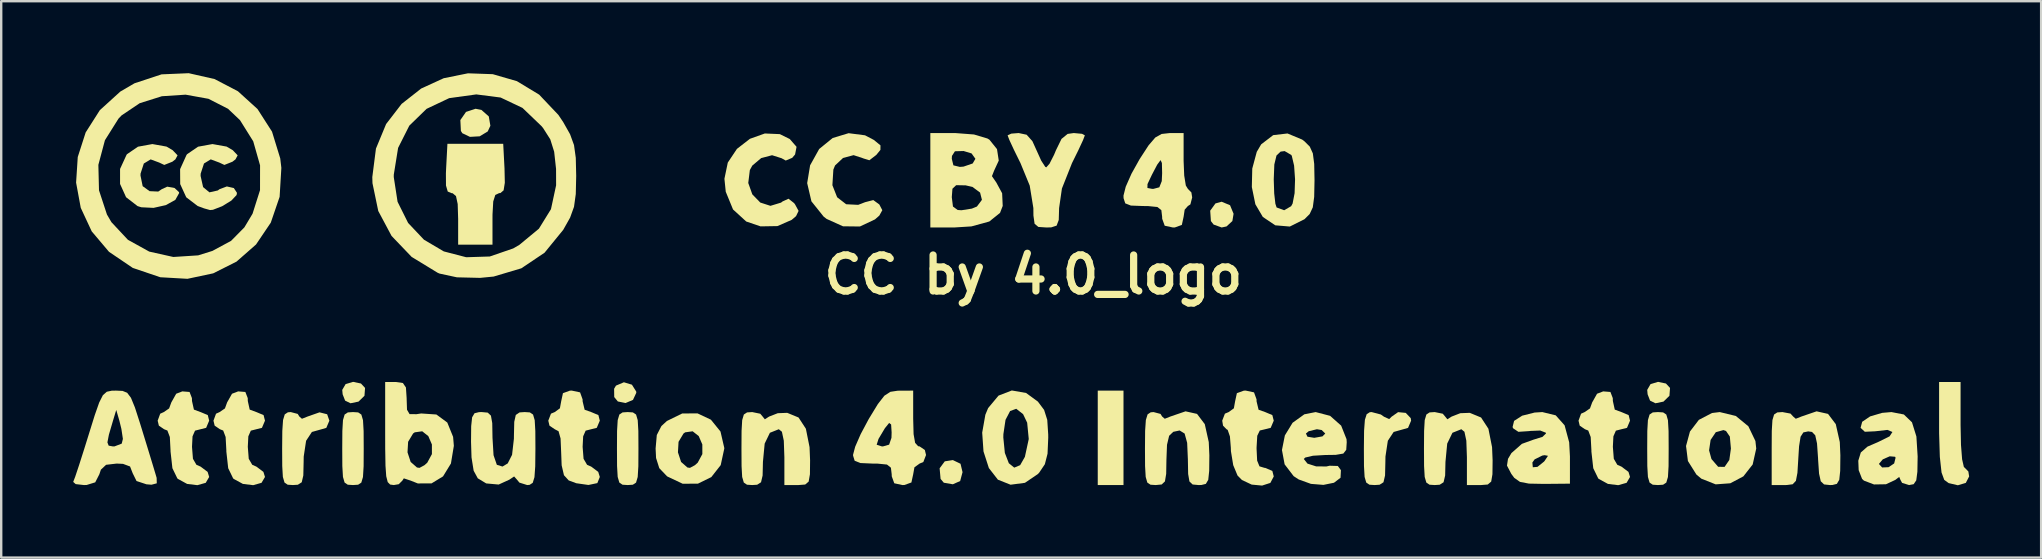
<source format=kicad_pcb>
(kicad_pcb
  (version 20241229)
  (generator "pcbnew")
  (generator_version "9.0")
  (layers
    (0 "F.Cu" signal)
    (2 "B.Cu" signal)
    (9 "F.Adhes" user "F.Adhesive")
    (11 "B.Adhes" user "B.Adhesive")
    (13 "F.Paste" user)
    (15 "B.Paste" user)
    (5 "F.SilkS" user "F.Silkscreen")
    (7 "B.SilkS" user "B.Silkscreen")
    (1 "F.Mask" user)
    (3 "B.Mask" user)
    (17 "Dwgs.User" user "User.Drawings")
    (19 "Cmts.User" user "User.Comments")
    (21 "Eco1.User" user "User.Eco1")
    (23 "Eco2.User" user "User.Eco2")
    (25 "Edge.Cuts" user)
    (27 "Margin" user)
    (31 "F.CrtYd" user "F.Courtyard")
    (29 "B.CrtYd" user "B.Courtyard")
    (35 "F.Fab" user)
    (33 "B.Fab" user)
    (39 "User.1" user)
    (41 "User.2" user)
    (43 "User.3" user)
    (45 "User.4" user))
  (footprint "CC by 4.0_logo"
    (layer "F.Cu")
    (at 40.01 8.397)
    (property "Reference" "CC by 4.0_logo" (at 0 0 0) (layer "F.SilkS") (effects (font (size 1.5 1.5) (thickness 0.3))))
    (attr board_only exclude_from_pos_files exclude_from_bom)
    (fp_poly (pts (xy 3.756 6.797) (xy 3.756 8.765) (xy 3.22 8.765) (xy 2.683 8.765) (xy 2.683 6.797) (xy 2.683 4.83) (xy 3.22 4.83) (xy 3.756 4.83)) (stroke (width 0) (type solid)) (fill yes) (layer "F.SilkS"))
    (fp_poly (pts (xy -3.035 7.878) (xy -2.951 8.228) (xy -3.05 8.597) (xy -3.355 8.733) (xy -3.732 8.668) (xy -3.866 8.509) (xy -3.906 8.066) (xy -3.691 7.777) (xy -3.355 7.724)) (stroke (width 0) (type solid)) (fill yes) (layer "F.SilkS"))
    (fp_poly (pts (xy -28.018 4.534) (xy -27.848 4.718) (xy -27.873 5.046) (xy -28.12 5.288) (xy -28.455 5.357) (xy -28.679 5.247) (xy -28.782 4.984) (xy -28.799 4.8) (xy -28.659 4.559) (xy -28.346 4.465)) (stroke (width 0) (type solid)) (fill yes) (layer "F.SilkS"))
    (fp_poly (pts (xy -16.728 4.583) (xy -16.549 4.868) (xy -16.546 4.921) (xy -16.684 5.217) (xy -16.993 5.347) (xy -17.315 5.282) (xy -17.465 5.098) (xy -17.47 4.753) (xy -17.393 4.622) (xy -17.062 4.482)) (stroke (width 0) (type solid)) (fill yes) (layer "F.SilkS"))
    (fp_poly (pts (xy 8.196 -2.895) (xy 8.343 -2.539) (xy 8.293 -2.236) (xy 8.049 -2.011) (xy 7.846 -1.968) (xy 7.51 -2.09) (xy 7.398 -2.236) (xy 7.369 -2.668) (xy 7.588 -2.97) (xy 7.846 -3.041)) (stroke (width 0) (type solid)) (fill yes) (layer "F.SilkS"))
    (fp_poly (pts (xy 26.36 4.534) (xy 26.53 4.718) (xy 26.505 5.046) (xy 26.257 5.288) (xy 25.923 5.357) (xy 25.698 5.247) (xy 25.596 4.984) (xy 25.579 4.8) (xy 25.718 4.559) (xy 26.031 4.465)) (stroke (width 0) (type solid)) (fill yes) (layer "F.SilkS"))
    (fp_poly (pts (xy -22.999 -6.867) (xy -22.692 -6.595) (xy -22.626 -6.207) (xy -22.736 -5.97) (xy -23.07 -5.767) (xy -23.478 -5.744) (xy -23.795 -5.896) (xy -23.855 -5.992) (xy -23.877 -6.444) (xy -23.641 -6.784) (xy -23.242 -6.915)) (stroke (width 0) (type solid)) (fill yes) (layer "F.SilkS"))
    (fp_poly (pts (xy 38.637 6.261) (xy 38.654 7.092) (xy 38.701 7.692) (xy 38.774 8.011) (xy 38.815 8.049) (xy 38.961 8.199) (xy 38.994 8.407) (xy 38.855 8.675) (xy 38.525 8.774) (xy 38.141 8.684) (xy 37.957 8.55) (xy 37.844 8.243) (xy 37.773 7.594) (xy 37.743 6.62) (xy 37.742 6.404) (xy 37.742 4.472) (xy 38.189 4.472) (xy 38.637 4.472)) (stroke (width 0) (type solid)) (fill yes) (layer "F.SilkS"))
    (fp_poly (pts (xy -28.135 5.738) (xy -28.003 5.827) (xy -27.934 6.062) (xy -27.908 6.514) (xy -27.904 7.244) (xy -27.908 7.981) (xy -27.935 8.43) (xy -28.004 8.663) (xy -28.137 8.751) (xy -28.351 8.765) (xy -28.568 8.751) (xy -28.7 8.662) (xy -28.769 8.427) (xy -28.795 7.975) (xy -28.799 7.244) (xy -28.794 6.508) (xy -28.768 6.059) (xy -28.699 5.826) (xy -28.566 5.738) (xy -28.351 5.724)) (stroke (width 0) (type solid)) (fill yes) (layer "F.SilkS"))
    (fp_poly (pts (xy -16.687 5.738) (xy -16.555 5.827) (xy -16.486 6.062) (xy -16.46 6.514) (xy -16.456 7.244) (xy -16.46 7.981) (xy -16.487 8.43) (xy -16.556 8.663) (xy -16.689 8.751) (xy -16.904 8.765) (xy -17.12 8.751) (xy -17.252 8.662) (xy -17.321 8.427) (xy -17.347 7.975) (xy -17.351 7.244) (xy -17.347 6.508) (xy -17.32 6.059) (xy -17.251 5.826) (xy -17.118 5.738) (xy -16.904 5.724)) (stroke (width 0) (type solid)) (fill yes) (layer "F.SilkS"))
    (fp_poly (pts (xy 26.243 5.738) (xy 26.375 5.827) (xy 26.443 6.062) (xy 26.469 6.514) (xy 26.473 7.244) (xy 26.469 7.981) (xy 26.443 8.43) (xy 26.374 8.663) (xy 26.241 8.751) (xy 26.026 8.765) (xy 25.81 8.751) (xy 25.677 8.662) (xy 25.609 8.427) (xy 25.583 7.975) (xy 25.579 7.244) (xy 25.583 6.508) (xy 25.609 6.059) (xy 25.678 5.826) (xy 25.811 5.738) (xy 26.026 5.724)) (stroke (width 0) (type solid)) (fill yes) (layer "F.SilkS"))
    (fp_poly (pts (xy -22.037 -4.427) (xy -22.024 -3.831) (xy -22.075 -3.515) (xy -22.207 -3.403) (xy -22.261 -3.399) (xy -22.421 -3.323) (xy -22.507 -3.051) (xy -22.537 -2.51) (xy -22.538 -2.325) (xy -22.538 -1.252) (xy -23.254 -1.252) (xy -23.969 -1.252) (xy -23.969 -2.325) (xy -23.988 -2.944) (xy -24.059 -3.277) (xy -24.198 -3.394) (xy -24.246 -3.399) (xy -24.403 -3.466) (xy -24.476 -3.716) (xy -24.479 -4.225) (xy -24.47 -4.427) (xy -24.416 -5.456) (xy -23.254 -5.456) (xy -22.091 -5.456)) (stroke (width 0) (type solid)) (fill yes) (layer "F.SilkS"))
    (fp_poly (pts (xy -30.654 5.801) (xy -30.587 5.909) (xy -30.478 6.003) (xy -30.241 5.909) (xy -29.745 5.735) (xy -29.428 5.815) (xy -29.335 6.082) (xy -29.463 6.383) (xy -29.657 6.439) (xy -30.063 6.553) (xy -30.305 6.92) (xy -30.404 7.576) (xy -30.408 7.817) (xy -30.421 8.367) (xy -30.487 8.649) (xy -30.648 8.752) (xy -30.856 8.765) (xy -31.072 8.751) (xy -31.204 8.662) (xy -31.273 8.427) (xy -31.299 7.975) (xy -31.303 7.244) (xy -31.296 6.505) (xy -31.265 6.054) (xy -31.194 5.82) (xy -31.065 5.734) (xy -30.945 5.724)) (stroke (width 0) (type solid)) (fill yes) (layer "F.SilkS"))
    (fp_poly (pts (xy 14.479 5.825) (xy 14.612 5.918) (xy 14.828 6.016) (xy 14.926 5.918) (xy 15.198 5.727) (xy 15.518 5.758) (xy 15.725 5.976) (xy 15.741 6.082) (xy 15.613 6.383) (xy 15.419 6.439) (xy 15.013 6.553) (xy 14.771 6.92) (xy 14.672 7.576) (xy 14.668 7.817) (xy 14.655 8.367) (xy 14.589 8.649) (xy 14.428 8.752) (xy 14.22 8.765) (xy 14.004 8.751) (xy 13.872 8.662) (xy 13.803 8.427) (xy 13.777 7.975) (xy 13.773 7.244) (xy 13.781 6.501) (xy 13.815 6.046) (xy 13.89 5.812) (xy 14.019 5.73) (xy 14.095 5.724)) (stroke (width 0) (type solid)) (fill yes) (layer "F.SilkS"))
    (fp_poly (pts (xy 29.271 5.886) (xy 29.794 6.316) (xy 30.088 6.93) (xy 30.122 7.244) (xy 29.974 7.908) (xy 29.586 8.403) (xy 29.043 8.691) (xy 28.432 8.736) (xy 27.836 8.5) (xy 27.628 8.326) (xy 27.275 7.763) (xy 27.22 7.319) (xy 28.157 7.319) (xy 28.256 7.68) (xy 28.536 8.005) (xy 28.804 8.007) (xy 29.001 7.719) (xy 29.067 7.244) (xy 29.022 6.744) (xy 28.863 6.512) (xy 28.756 6.474) (xy 28.437 6.563) (xy 28.221 6.885) (xy 28.157 7.319) (xy 27.22 7.319) (xy 27.197 7.137) (xy 27.36 6.535) (xy 27.732 6.048) (xy 28.279 5.763) (xy 28.602 5.724)) (stroke (width 0) (type solid)) (fill yes) (layer "F.SilkS"))
    (fp_poly (pts (xy -36.122 -5.339) (xy -35.865 -5.188) (xy -35.661 -4.974) (xy -35.752 -4.805) (xy -35.878 -4.708) (xy -36.215 -4.574) (xy -36.428 -4.674) (xy -36.782 -4.805) (xy -37.067 -4.633) (xy -37.203 -4.214) (xy -37.206 -4.132) (xy -37.115 -3.689) (xy -36.826 -3.481) (xy -36.465 -3.465) (xy -36.319 -3.564) (xy -36.091 -3.669) (xy -35.786 -3.613) (xy -35.601 -3.441) (xy -35.596 -3.401) (xy -35.754 -3.118) (xy -36.149 -2.9) (xy -36.662 -2.785) (xy -37.172 -2.81) (xy -37.328 -2.859) (xy -37.807 -3.229) (xy -38.057 -3.782) (xy -38.057 -4.408) (xy -37.785 -5) (xy -37.765 -5.024) (xy -37.311 -5.334) (xy -36.71 -5.444)) (stroke (width 0) (type solid)) (fill yes) (layer "F.SilkS"))
    (fp_poly (pts (xy -33.618 -5.339) (xy -33.36 -5.188) (xy -33.157 -4.974) (xy -33.248 -4.805) (xy -33.374 -4.708) (xy -33.71 -4.574) (xy -33.924 -4.674) (xy -34.278 -4.806) (xy -34.56 -4.634) (xy -34.698 -4.211) (xy -34.701 -4.114) (xy -34.597 -3.651) (xy -34.333 -3.432) (xy -33.983 -3.511) (xy -33.917 -3.561) (xy -33.608 -3.678) (xy -33.316 -3.611) (xy -33.185 -3.41) (xy -33.202 -3.319) (xy -33.418 -3.09) (xy -33.803 -2.854) (xy -34.185 -2.706) (xy -34.307 -2.694) (xy -34.557 -2.764) (xy -34.824 -2.863) (xy -35.3 -3.227) (xy -35.551 -3.775) (xy -35.555 -4.399) (xy -35.288 -4.99) (xy -35.261 -5.024) (xy -34.807 -5.334) (xy -34.206 -5.444)) (stroke (width 0) (type solid)) (fill yes) (layer "F.SilkS"))
    (fp_poly (pts (xy -7.015 -5.809) (xy -6.647 -5.616) (xy -6.371 -5.39) (xy -6.373 -5.201) (xy -6.545 -4.991) (xy -6.834 -4.769) (xy -7.085 -4.846) (xy -7.09 -4.85) (xy -7.491 -4.982) (xy -7.931 -4.864) (xy -8.263 -4.553) (xy -8.334 -4.38) (xy -8.374 -3.729) (xy -8.177 -3.228) (xy -7.8 -2.936) (xy -7.3 -2.911) (xy -7.011 -3.022) (xy -6.67 -3.11) (xy -6.419 -2.927) (xy -6.294 -2.688) (xy -6.419 -2.463) (xy -6.599 -2.305) (xy -7.227 -2.009) (xy -7.933 -2.017) (xy -8.614 -2.324) (xy -8.738 -2.42) (xy -9.248 -3.057) (xy -9.425 -3.816) (xy -9.303 -4.558) (xy -8.925 -5.238) (xy -8.363 -5.696) (xy -7.699 -5.897)) (stroke (width 0) (type solid)) (fill yes) (layer "F.SilkS"))
    (fp_poly (pts (xy -10.564 -5.858) (xy -10.151 -5.654) (xy -9.868 -5.329) (xy -9.929 -5.01) (xy -10.048 -4.87) (xy -10.318 -4.757) (xy -10.493 -4.854) (xy -10.888 -4.979) (xy -11.342 -4.859) (xy -11.712 -4.547) (xy -11.814 -4.361) (xy -11.88 -3.822) (xy -11.711 -3.348) (xy -11.379 -3.007) (xy -10.956 -2.87) (xy -10.514 -3.004) (xy -10.449 -3.054) (xy -10.202 -3.166) (xy -9.971 -2.984) (xy -9.932 -2.933) (xy -9.783 -2.659) (xy -9.889 -2.44) (xy -10.071 -2.285) (xy -10.662 -2.026) (xy -11.366 -2.014) (xy -11.965 -2.217) (xy -12.515 -2.719) (xy -12.818 -3.457) (xy -12.873 -3.998) (xy -12.733 -4.672) (xy -12.352 -5.243) (xy -11.811 -5.663) (xy -11.189 -5.885)) (stroke (width 0) (type solid)) (fill yes) (layer "F.SilkS"))
    (fp_poly (pts (xy -13.436 6.042) (xy -13.037 6.535) (xy -12.879 7.22) (xy -12.879 7.244) (xy -13.028 7.934) (xy -13.42 8.434) (xy -13.975 8.706) (xy -14.612 8.711) (xy -15.25 8.409) (xy -15.27 8.394) (xy -15.588 8.061) (xy -15.722 7.638) (xy -15.733 7.402) (xy -14.81 7.402) (xy -14.679 7.802) (xy -14.416 8.033) (xy -14.31 8.049) (xy -14.106 7.939) (xy -13.988 7.835) (xy -13.793 7.475) (xy -13.794 7.073) (xy -13.944 6.725) (xy -14.197 6.525) (xy -14.508 6.568) (xy -14.578 6.618) (xy -14.785 6.963) (xy -14.81 7.402) (xy -15.733 7.402) (xy -15.741 7.244) (xy -15.691 6.679) (xy -15.499 6.306) (xy -15.27 6.095) (xy -14.633 5.783) (xy -13.995 5.778)) (stroke (width 0) (type solid)) (fill yes) (layer "F.SilkS"))
    (fp_poly (pts (xy 2.028 -5.871) (xy 2.146 -5.808) (xy 2.072 -5.612) (xy 1.876 -5.19) (xy 1.61 -4.651) (xy 1.19 -3.591) (xy 1.073 -2.778) (xy 1.058 -2.281) (xy 0.969 -2.045) (xy 0.743 -1.972) (xy 0.537 -1.968) (xy 0.207 -1.991) (xy 0.051 -2.124) (xy 0.003 -2.466) (xy 0 -2.778) (xy -0.151 -3.711) (xy -0.537 -4.651) (xy -0.809 -5.203) (xy -1.002 -5.62) (xy -1.073 -5.808) (xy -0.919 -5.879) (xy -0.612 -5.903) (xy -0.28 -5.833) (xy -0.04 -5.564) (xy 0.131 -5.187) (xy 0.329 -4.75) (xy 0.494 -4.497) (xy 0.537 -4.472) (xy 0.672 -4.622) (xy 0.864 -5) (xy 0.942 -5.187) (xy 1.173 -5.659) (xy 1.428 -5.867) (xy 1.685 -5.903)) (stroke (width 0) (type solid)) (fill yes) (layer "F.SilkS"))
    (fp_poly (pts (xy -0.303 4.928) (xy 0.189 5.288) (xy 0.448 5.634) (xy 0.579 6.048) (xy 0.619 6.661) (xy 0.62 6.797) (xy 0.591 7.459) (xy 0.479 7.897) (xy 0.245 8.246) (xy 0.189 8.306) (xy -0.351 8.672) (xy -0.95 8.751) (xy -1.478 8.541) (xy -1.854 8.057) (xy -2.078 7.363) (xy -2.118 6.783) (xy -1.252 6.783) (xy -1.188 7.426) (xy -1.022 7.856) (xy -0.796 8.039) (xy -0.55 7.936) (xy -0.353 7.59) (xy -0.192 6.847) (xy -0.258 6.166) (xy -0.428 5.81) (xy -0.713 5.587) (xy -0.969 5.681) (xy -1.16 6.047) (xy -1.249 6.644) (xy -1.252 6.783) (xy -2.118 6.783) (xy -2.132 6.581) (xy -2 5.834) (xy -1.885 5.558) (xy -1.451 5.038) (xy -0.897 4.824)) (stroke (width 0) (type solid)) (fill yes) (layer "F.SilkS"))
    (fp_poly (pts (xy -35.161 4.886) (xy -35.063 5.141) (xy -35.059 5.264) (xy -34.98 5.621) (xy -34.704 5.724) (xy -34.701 5.724) (xy -34.402 5.85) (xy -34.344 6.082) (xy -34.47 6.381) (xy -34.701 6.439) (xy -34.933 6.498) (xy -35.037 6.735) (xy -35.059 7.172) (xy -35.02 7.671) (xy -34.875 7.921) (xy -34.701 7.997) (xy -34.409 8.216) (xy -34.344 8.428) (xy -34.487 8.672) (xy -34.835 8.77) (xy -35.263 8.718) (xy -35.645 8.51) (xy -35.672 8.484) (xy -35.876 8.063) (xy -35.953 7.37) (xy -35.954 7.321) (xy -35.983 6.763) (xy -36.085 6.493) (xy -36.222 6.439) (xy -36.44 6.29) (xy -36.49 6.082) (xy -36.384 5.792) (xy -36.234 5.724) (xy -36.013 5.572) (xy -35.921 5.321) (xy -35.718 4.96) (xy -35.462 4.862)) (stroke (width 0) (type solid)) (fill yes) (layer "F.SilkS"))
    (fp_poly (pts (xy -32.836 4.886) (xy -32.737 5.141) (xy -32.734 5.264) (xy -32.655 5.621) (xy -32.378 5.724) (xy -32.376 5.724) (xy -32.077 5.85) (xy -32.018 6.082) (xy -32.145 6.381) (xy -32.376 6.439) (xy -32.608 6.498) (xy -32.712 6.735) (xy -32.734 7.172) (xy -32.695 7.671) (xy -32.549 7.921) (xy -32.376 7.997) (xy -32.084 8.216) (xy -32.018 8.428) (xy -32.162 8.672) (xy -32.51 8.77) (xy -32.938 8.718) (xy -33.32 8.51) (xy -33.347 8.484) (xy -33.551 8.063) (xy -33.628 7.37) (xy -33.628 7.321) (xy -33.658 6.763) (xy -33.76 6.493) (xy -33.896 6.439) (xy -34.115 6.29) (xy -34.165 6.082) (xy -34.058 5.792) (xy -33.909 5.724) (xy -33.687 5.572) (xy -33.596 5.321) (xy -33.392 4.96) (xy -33.136 4.862)) (stroke (width 0) (type solid)) (fill yes) (layer "F.SilkS"))
    (fp_poly (pts (xy -18.888 4.903) (xy -18.784 5.194) (xy -18.782 5.277) (xy -18.698 5.627) (xy -18.424 5.724) (xy -18.125 5.85) (xy -18.066 6.082) (xy -18.193 6.381) (xy -18.424 6.439) (xy -18.656 6.498) (xy -18.76 6.735) (xy -18.782 7.172) (xy -18.743 7.671) (xy -18.597 7.921) (xy -18.424 7.997) (xy -18.132 8.216) (xy -18.066 8.428) (xy -18.169 8.684) (xy -18.526 8.759) (xy -18.558 8.759) (xy -19.049 8.689) (xy -19.363 8.572) (xy -19.56 8.355) (xy -19.656 7.942) (xy -19.676 7.414) (xy -19.701 6.824) (xy -19.786 6.522) (xy -19.944 6.439) (xy -20.163 6.29) (xy -20.213 6.082) (xy -20.101 5.79) (xy -19.944 5.724) (xy -19.729 5.568) (xy -19.676 5.277) (xy -19.602 4.936) (xy -19.311 4.831) (xy -19.229 4.83)) (stroke (width 0) (type solid)) (fill yes) (layer "F.SilkS"))
    (fp_poly (pts (xy 24.046 4.886) (xy 24.144 5.141) (xy 24.148 5.264) (xy 24.227 5.621) (xy 24.503 5.724) (xy 24.506 5.724) (xy 24.805 5.85) (xy 24.863 6.082) (xy 24.737 6.381) (xy 24.506 6.439) (xy 24.274 6.498) (xy 24.17 6.735) (xy 24.148 7.172) (xy 24.187 7.671) (xy 24.333 7.921) (xy 24.506 7.997) (xy 24.798 8.216) (xy 24.863 8.428) (xy 24.72 8.672) (xy 24.372 8.77) (xy 23.944 8.718) (xy 23.562 8.51) (xy 23.535 8.484) (xy 23.331 8.063) (xy 23.254 7.37) (xy 23.254 7.321) (xy 23.224 6.763) (xy 23.122 6.493) (xy 22.985 6.439) (xy 22.767 6.29) (xy 22.717 6.082) (xy 22.823 5.792) (xy 22.973 5.724) (xy 23.194 5.572) (xy 23.286 5.321) (xy 23.489 4.96) (xy 23.745 4.862)) (stroke (width 0) (type solid)) (fill yes) (layer "F.SilkS"))
    (fp_poly (pts (xy -11.38 5.793) (xy -11.269 5.925) (xy -11.19 6.025) (xy -11.012 5.912) (xy -10.65 5.771) (xy -10.255 5.756) (xy -9.785 5.95) (xy -9.479 6.419) (xy -9.326 7.185) (xy -9.304 7.736) (xy -9.31 8.315) (xy -9.363 8.621) (xy -9.507 8.743) (xy -9.787 8.765) (xy -9.838 8.765) (xy -10.375 8.765) (xy -10.375 7.602) (xy -10.399 6.917) (xy -10.478 6.544) (xy -10.607 6.439) (xy -10.978 6.587) (xy -11.196 7.037) (xy -11.269 7.804) (xy -11.269 7.817) (xy -11.282 8.367) (xy -11.348 8.649) (xy -11.509 8.752) (xy -11.716 8.765) (xy -11.933 8.751) (xy -12.065 8.662) (xy -12.134 8.427) (xy -12.159 7.975) (xy -12.163 7.244) (xy -12.159 6.508) (xy -12.133 6.059) (xy -12.064 5.826) (xy -11.931 5.738) (xy -11.716 5.724)) (stroke (width 0) (type solid)) (fill yes) (layer "F.SilkS"))
    (fp_poly (pts (xy 17.061 5.793) (xy 17.172 5.925) (xy 17.251 6.025) (xy 17.429 5.912) (xy 17.791 5.771) (xy 18.185 5.756) (xy 18.656 5.95) (xy 18.962 6.419) (xy 19.114 7.185) (xy 19.137 7.736) (xy 19.13 8.315) (xy 19.078 8.621) (xy 18.934 8.743) (xy 18.654 8.765) (xy 18.603 8.765) (xy 18.066 8.765) (xy 18.066 7.602) (xy 18.042 6.917) (xy 17.963 6.544) (xy 17.834 6.439) (xy 17.463 6.587) (xy 17.245 7.037) (xy 17.172 7.804) (xy 17.172 7.817) (xy 17.159 8.367) (xy 17.093 8.649) (xy 16.932 8.752) (xy 16.725 8.765) (xy 16.508 8.751) (xy 16.376 8.662) (xy 16.307 8.427) (xy 16.281 7.975) (xy 16.277 7.244) (xy 16.282 6.508) (xy 16.308 6.059) (xy 16.377 5.826) (xy 16.51 5.738) (xy 16.725 5.724)) (stroke (width 0) (type solid)) (fill yes) (layer "F.SilkS"))
    (fp_poly (pts (xy 9.195 4.903) (xy 9.3 5.194) (xy 9.301 5.277) (xy 9.385 5.627) (xy 9.659 5.724) (xy 9.958 5.85) (xy 10.017 6.082) (xy 9.89 6.381) (xy 9.659 6.439) (xy 9.436 6.492) (xy 9.33 6.711) (xy 9.302 7.187) (xy 9.301 7.244) (xy 9.325 7.747) (xy 9.422 7.985) (xy 9.633 8.049) (xy 9.659 8.049) (xy 9.958 8.176) (xy 10.017 8.407) (xy 9.876 8.675) (xy 9.531 8.787) (xy 9.097 8.746) (xy 8.69 8.554) (xy 8.507 8.367) (xy 8.328 7.935) (xy 8.233 7.356) (xy 8.228 7.205) (xy 8.191 6.739) (xy 8.097 6.467) (xy 8.049 6.439) (xy 7.904 6.29) (xy 7.87 6.082) (xy 7.982 5.79) (xy 8.139 5.724) (xy 8.355 5.568) (xy 8.407 5.277) (xy 8.481 4.936) (xy 8.772 4.831) (xy 8.854 4.83)) (stroke (width 0) (type solid)) (fill yes) (layer "F.SilkS"))
    (fp_poly (pts (xy 11.201 -5.631) (xy 11.294 -5.561) (xy 11.518 -5.338) (xy 11.646 -5.056) (xy 11.703 -4.616) (xy 11.716 -3.935) (xy 11.702 -3.243) (xy 11.644 -2.807) (xy 11.514 -2.528) (xy 11.294 -2.31) (xy 10.687 -2.007) (xy 10.08 -2.058) (xy 9.562 -2.407) (xy 9.251 -2.935) (xy 9.104 -3.652) (xy 9.111 -3.971) (xy 10.017 -3.971) (xy 10.036 -3.387) (xy 10.085 -2.957) (xy 10.136 -2.802) (xy 10.452 -2.686) (xy 10.742 -2.855) (xy 10.803 -2.966) (xy 10.886 -3.396) (xy 10.905 -3.976) (xy 10.865 -4.546) (xy 10.77 -4.948) (xy 10.748 -4.99) (xy 10.471 -5.151) (xy 10.303 -5.13) (xy 10.131 -4.966) (xy 10.041 -4.594) (xy 10.017 -3.971) (xy 9.111 -3.971) (xy 9.122 -4.424) (xy 9.309 -5.119) (xy 9.493 -5.432) (xy 9.994 -5.816) (xy 10.591 -5.885)) (stroke (width 0) (type solid)) (fill yes) (layer "F.SilkS"))
    (fp_poly (pts (xy 33.114 5.8) (xy 33.437 6.227) (xy 33.604 6.974) (xy 33.628 7.525) (xy 33.621 8.176) (xy 33.582 8.546) (xy 33.482 8.716) (xy 33.295 8.763) (xy 33.19 8.765) (xy 32.949 8.739) (xy 32.811 8.608) (xy 32.74 8.29) (xy 32.7 7.701) (xy 32.698 7.647) (xy 32.655 7.03) (xy 32.581 6.692) (xy 32.447 6.552) (xy 32.287 6.529) (xy 32.087 6.571) (xy 31.97 6.751) (xy 31.907 7.149) (xy 31.876 7.647) (xy 31.839 8.256) (xy 31.775 8.59) (xy 31.641 8.732) (xy 31.393 8.764) (xy 31.294 8.765) (xy 30.766 8.765) (xy 30.766 7.244) (xy 30.77 6.508) (xy 30.797 6.059) (xy 30.866 5.826) (xy 30.999 5.738) (xy 31.213 5.724) (xy 31.55 5.787) (xy 31.661 5.909) (xy 31.77 6.003) (xy 32.007 5.909) (xy 32.637 5.693)) (stroke (width 0) (type solid)) (fill yes) (layer "F.SilkS"))
    (fp_poly (pts (xy 12.365 5.881) (xy 12.826 6.289) (xy 13.05 6.853) (xy 13.058 6.983) (xy 13.038 7.297) (xy 12.916 7.453) (xy 12.6 7.507) (xy 12.163 7.513) (xy 11.653 7.543) (xy 11.329 7.619) (xy 11.269 7.679) (xy 11.423 7.872) (xy 11.786 7.988) (xy 12.214 7.99) (xy 12.343 7.96) (xy 12.687 7.97) (xy 12.816 8.144) (xy 12.8 8.461) (xy 12.527 8.669) (xy 12.087 8.758) (xy 11.567 8.716) (xy 11.057 8.532) (xy 10.846 8.394) (xy 10.47 7.902) (xy 10.359 7.306) (xy 10.48 6.697) (xy 10.528 6.618) (xy 11.358 6.618) (xy 11.422 6.751) (xy 11.706 6.797) (xy 12.047 6.737) (xy 12.163 6.618) (xy 12.014 6.472) (xy 11.816 6.439) (xy 11.474 6.522) (xy 11.358 6.618) (xy 10.528 6.618) (xy 10.802 6.17) (xy 11.292 5.817) (xy 11.764 5.724)) (stroke (width 0) (type solid)) (fill yes) (layer "F.SilkS"))
    (fp_poly (pts (xy 21.767 5.86) (xy 22.137 6.276) (xy 22.328 6.986) (xy 22.359 7.573) (xy 22.359 8.707) (xy 21.278 8.717) (xy 20.653 8.705) (xy 20.277 8.633) (xy 20.041 8.467) (xy 19.916 8.299) (xy 19.736 7.955) (xy 19.755 7.826) (xy 20.794 7.826) (xy 20.812 8.024) (xy 21.007 8.007) (xy 21.279 7.788) (xy 21.303 7.76) (xy 21.444 7.547) (xy 21.302 7.52) (xy 21.206 7.537) (xy 20.887 7.696) (xy 20.794 7.826) (xy 19.755 7.826) (xy 19.778 7.674) (xy 19.922 7.432) (xy 20.358 7.048) (xy 20.836 6.875) (xy 21.216 6.757) (xy 21.363 6.613) (xy 21.353 6.583) (xy 21.121 6.493) (xy 20.703 6.51) (xy 20.66 6.517) (xy 20.211 6.547) (xy 19.993 6.401) (xy 19.969 6.348) (xy 20.032 6.091) (xy 20.367 5.875) (xy 20.887 5.744) (xy 21.208 5.724)) (stroke (width 0) (type solid)) (fill yes) (layer "F.SilkS"))
    (fp_poly (pts (xy -20.98 5.738) (xy -20.848 5.827) (xy -20.779 6.062) (xy -20.753 6.514) (xy -20.749 7.244) (xy -20.757 7.985) (xy -20.789 8.438) (xy -20.861 8.672) (xy -20.99 8.756) (xy -21.092 8.765) (xy -21.417 8.663) (xy -21.517 8.541) (xy -21.636 8.407) (xy -21.836 8.541) (xy -22.281 8.744) (xy -22.8 8.697) (xy -23.151 8.484) (xy -23.323 8.168) (xy -23.412 7.613) (xy -23.432 6.963) (xy -23.426 6.313) (xy -23.387 5.943) (xy -23.287 5.773) (xy -23.098 5.726) (xy -22.985 5.724) (xy -22.736 5.747) (xy -22.603 5.872) (xy -22.548 6.184) (xy -22.538 6.768) (xy -22.538 6.787) (xy -22.494 7.522) (xy -22.357 7.921) (xy -22.121 7.994) (xy -21.904 7.864) (xy -21.722 7.505) (xy -21.646 6.839) (xy -21.644 6.686) (xy -21.631 6.13) (xy -21.567 5.844) (xy -21.41 5.738) (xy -21.196 5.724)) (stroke (width 0) (type solid)) (fill yes) (layer "F.SilkS"))
    (fp_poly (pts (xy 6.82 5.8) (xy 7.143 6.227) (xy 7.309 6.974) (xy 7.334 7.525) (xy 7.327 8.176) (xy 7.288 8.546) (xy 7.188 8.716) (xy 7 8.763) (xy 6.887 8.765) (xy 6.638 8.742) (xy 6.504 8.616) (xy 6.45 8.304) (xy 6.439 7.721) (xy 6.439 7.702) (xy 6.409 7.007) (xy 6.303 6.619) (xy 6.095 6.491) (xy 5.83 6.547) (xy 5.658 6.712) (xy 5.569 7.087) (xy 5.545 7.711) (xy 5.535 8.299) (xy 5.482 8.614) (xy 5.348 8.741) (xy 5.099 8.765) (xy 5.098 8.765) (xy 4.881 8.751) (xy 4.749 8.662) (xy 4.681 8.427) (xy 4.655 7.975) (xy 4.651 7.244) (xy 4.657 6.505) (xy 4.688 6.054) (xy 4.76 5.82) (xy 4.889 5.734) (xy 5.008 5.724) (xy 5.299 5.801) (xy 5.366 5.909) (xy 5.476 6.003) (xy 5.712 5.909) (xy 6.342 5.693)) (stroke (width 0) (type solid)) (fill yes) (layer "F.SilkS"))
    (fp_poly (pts (xy -26.273 4.512) (xy -26.145 4.699) (xy -26.116 5.134) (xy -26.115 5.176) (xy -26.1 5.627) (xy -25.993 5.809) (xy -25.706 5.812) (xy -25.51 5.782) (xy -24.877 5.825) (xy -24.421 6.161) (xy -24.179 6.757) (xy -24.148 7.131) (xy -24.27 7.867) (xy -24.599 8.404) (xy -25.078 8.696) (xy -25.65 8.698) (xy -25.948 8.58) (xy -26.233 8.486) (xy -26.294 8.58) (xy -26.444 8.73) (xy -26.652 8.765) (xy -26.803 8.744) (xy -26.904 8.641) (xy -26.966 8.397) (xy -26.997 7.954) (xy -27.006 7.402) (xy -26.079 7.402) (xy -25.948 7.802) (xy -25.685 8.033) (xy -25.579 8.049) (xy -25.375 7.939) (xy -25.257 7.835) (xy -25.062 7.475) (xy -25.063 7.073) (xy -25.213 6.725) (xy -25.466 6.525) (xy -25.777 6.568) (xy -25.847 6.618) (xy -26.054 6.963) (xy -26.079 7.402) (xy -27.006 7.402) (xy -27.009 7.25) (xy -27.01 6.618) (xy -27.01 4.472) (xy -26.563 4.472)) (stroke (width 0) (type solid)) (fill yes) (layer "F.SilkS"))
    (fp_poly (pts (xy 36.273 5.824) (xy 36.612 6.15) (xy 36.796 6.741) (xy 36.848 7.571) (xy 36.837 8.211) (xy 36.79 8.571) (xy 36.682 8.729) (xy 36.491 8.765) (xy 36.49 8.765) (xy 36.2 8.675) (xy 36.132 8.55) (xy 36.08 8.426) (xy 35.918 8.55) (xy 35.529 8.732) (xy 35.029 8.74) (xy 34.609 8.58) (xy 34.532 8.507) (xy 34.391 8.145) (xy 34.381 7.89) (xy 35.238 7.89) (xy 35.368 8.032) (xy 35.637 8.021) (xy 35.866 7.867) (xy 35.871 7.859) (xy 35.929 7.627) (xy 35.908 7.586) (xy 35.685 7.567) (xy 35.395 7.695) (xy 35.239 7.878) (xy 35.238 7.89) (xy 34.381 7.89) (xy 34.375 7.751) (xy 34.48 7.407) (xy 34.758 7.164) (xy 35.22 6.963) (xy 35.68 6.735) (xy 35.797 6.554) (xy 35.59 6.467) (xy 35.077 6.525) (xy 34.648 6.545) (xy 34.47 6.381) (xy 34.537 6.129) (xy 34.867 5.905) (xy 35.369 5.757) (xy 35.755 5.724)) (stroke (width 0) (type solid)) (fill yes) (layer "F.SilkS"))
    (fp_poly (pts (xy -2.473 -5.843) (xy -1.914 -5.676) (xy -1.829 -5.624) (xy -1.515 -5.233) (xy -1.442 -4.755) (xy -1.633 -4.341) (xy -1.634 -4.34) (xy -1.726 -4.106) (xy -1.545 -3.844) (xy -1.301 -3.394) (xy -1.277 -2.866) (xy -1.389 -2.576) (xy -1.836 -2.217) (xy -2.58 -2.013) (xy -3.297 -1.968) (xy -4.293 -1.968) (xy -4.293 -3.231) (xy -3.399 -3.231) (xy -3.35 -2.84) (xy -3.154 -2.697) (xy -2.996 -2.686) (xy -2.563 -2.754) (xy -2.352 -2.841) (xy -2.143 -3.12) (xy -2.22 -3.423) (xy -2.535 -3.656) (xy -2.819 -3.723) (xy -3.216 -3.731) (xy -3.372 -3.583) (xy -3.399 -3.231) (xy -4.293 -3.231) (xy -4.293 -3.935) (xy -4.293 -4.83) (xy -3.399 -4.83) (xy -3.332 -4.557) (xy -3.063 -4.492) (xy -2.907 -4.505) (xy -2.529 -4.635) (xy -2.415 -4.83) (xy -2.575 -5.054) (xy -2.907 -5.154) (xy -3.268 -5.144) (xy -3.392 -4.95) (xy -3.399 -4.83) (xy -4.293 -4.83) (xy -4.293 -5.903) (xy -3.26 -5.903)) (stroke (width 0) (type solid)) (fill yes) (layer "F.SilkS"))
    (fp_poly (pts (xy -5.008 5.992) (xy -4.991 6.644) (xy -4.927 7.007) (xy -4.801 7.146) (xy -4.74 7.155) (xy -4.522 7.304) (xy -4.472 7.513) (xy -4.584 7.804) (xy -4.74 7.87) (xy -4.956 8.026) (xy -5.008 8.318) (xy -5.082 8.658) (xy -5.373 8.763) (xy -5.456 8.765) (xy -5.796 8.691) (xy -5.901 8.4) (xy -5.903 8.318) (xy -5.936 8.042) (xy -6.1 7.911) (xy -6.491 7.872) (xy -6.708 7.87) (xy -7.209 7.848) (xy -7.447 7.752) (xy -7.512 7.54) (xy -7.513 7.501) (xy -7.425 7.169) (xy -7.389 7.086) (xy -6.529 7.086) (xy -6.314 7.154) (xy -6.267 7.155) (xy -6.01 7.082) (xy -5.913 6.798) (xy -5.906 6.574) (xy -5.927 6.241) (xy -6.009 6.177) (xy -6.188 6.399) (xy -6.452 6.842) (xy -6.529 7.086) (xy -7.389 7.086) (xy -7.196 6.644) (xy -6.871 6.034) (xy -6.842 5.984) (xy -6.478 5.388) (xy -6.208 5.042) (xy -5.958 4.88) (xy -5.655 4.834) (xy -5.59 4.833) (xy -5.008 4.83)) (stroke (width 0) (type solid)) (fill yes) (layer "F.SilkS"))
    (fp_poly (pts (xy 6.261 -4.74) (xy 6.286 -4.133) (xy 6.353 -3.717) (xy 6.439 -3.577) (xy 6.585 -3.428) (xy 6.618 -3.22) (xy 6.543 -2.929) (xy 6.439 -2.862) (xy 6.305 -2.709) (xy 6.261 -2.415) (xy 6.187 -2.074) (xy 5.896 -1.969) (xy 5.813 -1.968) (xy 5.473 -2.041) (xy 5.368 -2.332) (xy 5.366 -2.415) (xy 5.333 -2.691) (xy 5.169 -2.821) (xy 4.778 -2.86) (xy 4.561 -2.862) (xy 4.064 -2.881) (xy 3.829 -2.973) (xy 3.759 -3.188) (xy 3.756 -3.297) (xy 3.836 -3.614) (xy 4.753 -3.614) (xy 4.94 -3.578) (xy 5.004 -3.577) (xy 5.249 -3.642) (xy 5.351 -3.9) (xy 5.366 -4.233) (xy 5.356 -4.655) (xy 5.301 -4.775) (xy 5.161 -4.586) (xy 4.937 -4.159) (xy 4.756 -3.776) (xy 4.753 -3.614) (xy 3.836 -3.614) (xy 3.848 -3.664) (xy 4.089 -4.209) (xy 4.427 -4.815) (xy 4.427 -4.815) (xy 4.801 -5.39) (xy 5.081 -5.717) (xy 5.346 -5.865) (xy 5.673 -5.901) (xy 5.679 -5.901) (xy 6.261 -5.903)) (stroke (width 0) (type solid)) (fill yes) (layer "F.SilkS"))
    (fp_poly (pts (xy -37.953 4.842) (xy -37.761 4.92) (xy -37.603 5.129) (xy -37.438 5.532) (xy -37.225 6.192) (xy -37.135 6.484) (xy -36.904 7.236) (xy -36.706 7.886) (xy -36.57 8.338) (xy -36.533 8.466) (xy -36.527 8.693) (xy -36.747 8.751) (xy -36.957 8.734) (xy -37.371 8.597) (xy -37.531 8.273) (xy -37.641 7.991) (xy -37.935 7.882) (xy -38.198 7.87) (xy -38.639 7.921) (xy -38.855 8.123) (xy -38.921 8.318) (xy -39.092 8.652) (xy -39.449 8.762) (xy -39.561 8.765) (xy -39.906 8.726) (xy -40.01 8.634) (xy -40.008 8.631) (xy -39.925 8.414) (xy -39.764 7.931) (xy -39.55 7.26) (xy -39.465 6.987) (xy -38.584 6.987) (xy -38.532 7.123) (xy -38.362 7.154) (xy -38.291 7.155) (xy -37.988 7.039) (xy -37.939 6.842) (xy -38.002 6.425) (xy -38.086 6.082) (xy -38.216 5.635) (xy -38.351 6.082) (xy -38.522 6.666) (xy -38.584 6.987) (xy -39.465 6.987) (xy -39.364 6.663) (xy -39.112 5.854) (xy -38.927 5.327) (xy -38.773 5.021) (xy -38.61 4.877) (xy -38.403 4.833) (xy -38.223 4.83)) (stroke (width 0) (type solid)) (fill yes) (layer "F.SilkS"))
    (fp_poly (pts (xy -34.119 -8.153) (xy -33.146 -7.645) (xy -32.33 -6.904) (xy -31.725 -5.961) (xy -31.382 -4.845) (xy -31.336 -4.452) (xy -31.408 -3.245) (xy -31.776 -2.17) (xy -32.391 -1.259) (xy -33.206 -0.544) (xy -34.175 -0.057) (xy -35.248 0.171) (xy -36.38 0.106) (xy -37.522 -0.281) (xy -37.533 -0.287) (xy -38.518 -0.954) (xy -39.238 -1.806) (xy -39.695 -2.786) (xy -39.889 -3.837) (xy -39.841 -4.578) (xy -38.961 -4.578) (xy -38.935 -3.517) (xy -38.604 -2.509) (xy -38.417 -2.189) (xy -37.729 -1.454) (xy -36.841 -0.963) (xy -35.838 -0.739) (xy -34.802 -0.806) (xy -34.21 -0.991) (xy -33.432 -1.41) (xy -32.877 -1.972) (xy -32.536 -2.542) (xy -32.225 -3.522) (xy -32.223 -4.557) (xy -32.508 -5.559) (xy -33.06 -6.441) (xy -33.559 -6.914) (xy -34.373 -7.33) (xy -35.326 -7.502) (xy -36.315 -7.437) (xy -37.239 -7.146) (xy -37.994 -6.638) (xy -38.123 -6.503) (xy -38.688 -5.603) (xy -38.961 -4.578) (xy -39.841 -4.578) (xy -39.82 -4.904) (xy -39.49 -5.929) (xy -38.899 -6.857) (xy -38.047 -7.631) (xy -37.456 -7.976) (xy -36.326 -8.349) (xy -35.196 -8.397)) (stroke (width 0) (type solid)) (fill yes) (layer "F.SilkS"))
    (fp_poly (pts (xy -22.526 -8.356) (xy -21.521 -8.065) (xy -20.594 -7.504) (xy -19.793 -6.66) (xy -19.591 -6.359) (xy -19.305 -5.853) (xy -19.141 -5.402) (xy -19.067 -4.87) (xy -19.05 -4.119) (xy -19.05 -4.114) (xy -19.067 -3.362) (xy -19.141 -2.829) (xy -19.304 -2.378) (xy -19.589 -1.872) (xy -19.591 -1.869) (xy -20.369 -0.916) (xy -21.335 -0.267) (xy -22.489 0.077) (xy -23.053 0.132) (xy -24.02 0.109) (xy -24.741 -0.046) (xy -24.82 -0.079) (xy -25.907 -0.742) (xy -26.744 -1.616) (xy -27.298 -2.655) (xy -27.539 -3.813) (xy -27.546 -4.066) (xy -27.546 -4.069) (xy -26.652 -4.069) (xy -26.493 -3.038) (xy -26.054 -2.157) (xy -25.393 -1.458) (xy -24.567 -0.971) (xy -23.633 -0.728) (xy -22.65 -0.759) (xy -21.674 -1.095) (xy -21.419 -1.243) (xy -20.604 -1.917) (xy -20.101 -2.731) (xy -19.887 -3.726) (xy -19.889 -4.406) (xy -19.968 -5.125) (xy -20.13 -5.641) (xy -20.426 -6.106) (xy -20.494 -6.19) (xy -21.289 -6.951) (xy -22.2 -7.383) (xy -23.213 -7.513) (xy -24.343 -7.357) (xy -25.284 -6.912) (xy -26.004 -6.211) (xy -26.471 -5.285) (xy -26.651 -4.168) (xy -26.652 -4.069) (xy -27.546 -4.069) (xy -27.394 -5.256) (xy -26.971 -6.278) (xy -26.325 -7.117) (xy -25.509 -7.758) (xy -24.57 -8.188) (xy -23.559 -8.392)) (stroke (width 0) (type solid)) (fill yes) (layer "F.SilkS")))
  (gr_rect
    (start -3 -3)
    (end 82.004 20.185)
    (stroke (width 0.1) (type default))
    (fill no)
    (layer "Edge.Cuts")))
</source>
